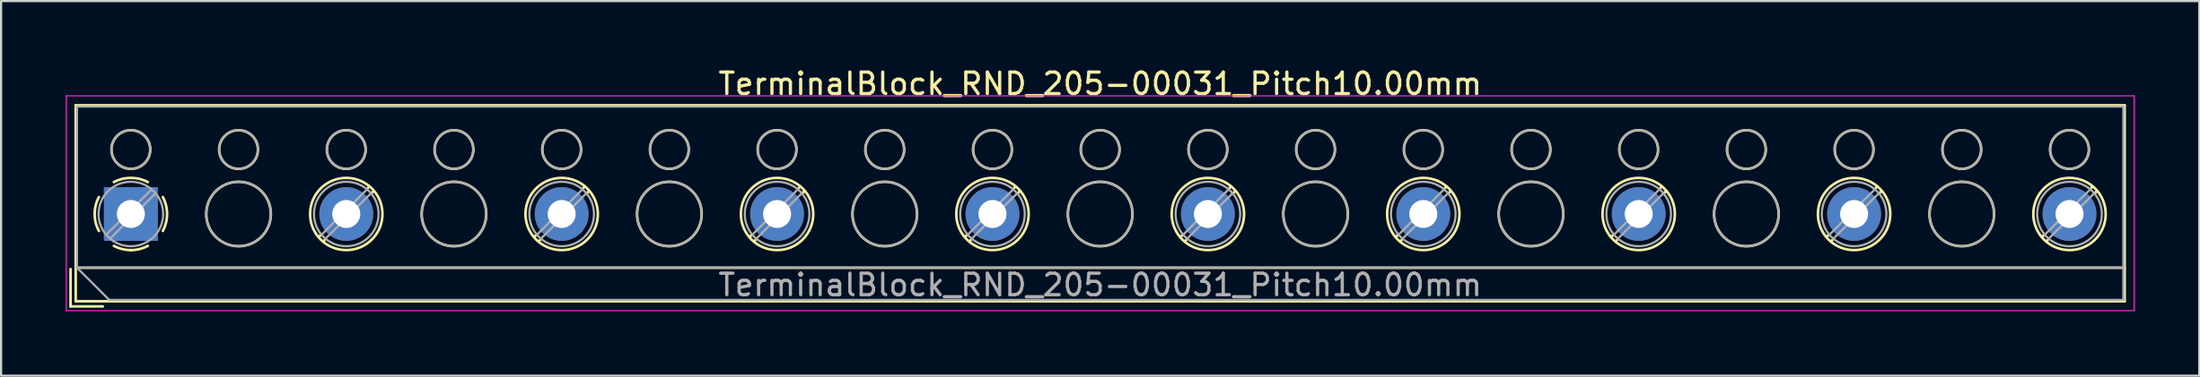
<source format=kicad_pcb>
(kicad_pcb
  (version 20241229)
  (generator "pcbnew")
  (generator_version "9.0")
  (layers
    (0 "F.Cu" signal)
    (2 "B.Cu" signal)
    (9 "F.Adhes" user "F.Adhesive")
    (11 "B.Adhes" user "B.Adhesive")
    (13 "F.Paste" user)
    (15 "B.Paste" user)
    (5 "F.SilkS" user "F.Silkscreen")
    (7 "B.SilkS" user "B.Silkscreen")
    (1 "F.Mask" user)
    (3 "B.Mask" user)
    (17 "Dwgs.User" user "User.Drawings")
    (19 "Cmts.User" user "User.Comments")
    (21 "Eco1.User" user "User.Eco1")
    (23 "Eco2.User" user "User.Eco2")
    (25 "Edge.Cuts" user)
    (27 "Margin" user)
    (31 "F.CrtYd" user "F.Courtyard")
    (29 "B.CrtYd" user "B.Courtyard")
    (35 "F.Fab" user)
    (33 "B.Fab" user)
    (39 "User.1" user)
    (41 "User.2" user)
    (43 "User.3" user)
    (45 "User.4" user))
  (footprint "TerminalBlock_RND_205-00031_Pitch10.00mm"
    (layer "F.Cu")
    (at 3.025 6.908)
    (property "Reference" "TerminalBlock_RND_205-00031_Pitch10.00mm" (at 45 -6.06 0) (layer "F.SilkS") (effects (font (size 1 1) (thickness 0.15))))
    (attr through_hole)
    (fp_line (start -2.8 2.56) (end -2.8 4.3) (stroke (width 0.12) (type solid)) (layer "F.SilkS"))
    (fp_line (start -2.8 4.3) (end -1.3 4.3) (stroke (width 0.12) (type solid)) (layer "F.SilkS"))
    (fp_line (start -2.56 -5.06) (end -2.56 4.06) (stroke (width 0.12) (type solid)) (layer "F.SilkS"))
    (fp_line (start -2.56 2.5) (end 92.56 2.5) (stroke (width 0.12) (type solid)) (layer "F.SilkS"))
    (fp_line (start -2.56 4.06) (end 92.56 4.06) (stroke (width 0.12) (type solid)) (layer "F.SilkS"))
    (fp_line (start 8.82 0.976) (end 8.726 1.069) (stroke (width 0.12) (type solid)) (layer "F.SilkS"))
    (fp_line (start 8.99 1.216) (end 8.931 1.274) (stroke (width 0.12) (type solid)) (layer "F.SilkS"))
    (fp_line (start 11.07 -1.275) (end 11.011 -1.216) (stroke (width 0.12) (type solid)) (layer "F.SilkS"))
    (fp_line (start 11.275 -1.069) (end 11.181 -0.976) (stroke (width 0.12) (type solid)) (layer "F.SilkS"))
    (fp_line (start 18.82 0.976) (end 18.726 1.069) (stroke (width 0.12) (type solid)) (layer "F.SilkS"))
    (fp_line (start 18.99 1.216) (end 18.931 1.274) (stroke (width 0.12) (type solid)) (layer "F.SilkS"))
    (fp_line (start 21.07 -1.275) (end 21.011 -1.216) (stroke (width 0.12) (type solid)) (layer "F.SilkS"))
    (fp_line (start 21.275 -1.069) (end 21.181 -0.976) (stroke (width 0.12) (type solid)) (layer "F.SilkS"))
    (fp_line (start 28.82 0.976) (end 28.726 1.069) (stroke (width 0.12) (type solid)) (layer "F.SilkS"))
    (fp_line (start 28.99 1.216) (end 28.931 1.274) (stroke (width 0.12) (type solid)) (layer "F.SilkS"))
    (fp_line (start 31.07 -1.275) (end 31.011 -1.216) (stroke (width 0.12) (type solid)) (layer "F.SilkS"))
    (fp_line (start 31.275 -1.069) (end 31.181 -0.976) (stroke (width 0.12) (type solid)) (layer "F.SilkS"))
    (fp_line (start 38.82 0.976) (end 38.726 1.069) (stroke (width 0.12) (type solid)) (layer "F.SilkS"))
    (fp_line (start 38.99 1.216) (end 38.931 1.274) (stroke (width 0.12) (type solid)) (layer "F.SilkS"))
    (fp_line (start 41.07 -1.275) (end 41.011 -1.216) (stroke (width 0.12) (type solid)) (layer "F.SilkS"))
    (fp_line (start 41.275 -1.069) (end 41.181 -0.976) (stroke (width 0.12) (type solid)) (layer "F.SilkS"))
    (fp_line (start 48.82 0.976) (end 48.726 1.069) (stroke (width 0.12) (type solid)) (layer "F.SilkS"))
    (fp_line (start 48.99 1.216) (end 48.931 1.274) (stroke (width 0.12) (type solid)) (layer "F.SilkS"))
    (fp_line (start 51.07 -1.275) (end 51.011 -1.216) (stroke (width 0.12) (type solid)) (layer "F.SilkS"))
    (fp_line (start 51.275 -1.069) (end 51.181 -0.976) (stroke (width 0.12) (type solid)) (layer "F.SilkS"))
    (fp_line (start 58.82 0.976) (end 58.726 1.069) (stroke (width 0.12) (type solid)) (layer "F.SilkS"))
    (fp_line (start 58.99 1.216) (end 58.931 1.274) (stroke (width 0.12) (type solid)) (layer "F.SilkS"))
    (fp_line (start 61.07 -1.275) (end 61.011 -1.216) (stroke (width 0.12) (type solid)) (layer "F.SilkS"))
    (fp_line (start 61.275 -1.069) (end 61.181 -0.976) (stroke (width 0.12) (type solid)) (layer "F.SilkS"))
    (fp_line (start 68.82 0.976) (end 68.726 1.069) (stroke (width 0.12) (type solid)) (layer "F.SilkS"))
    (fp_line (start 68.99 1.216) (end 68.931 1.274) (stroke (width 0.12) (type solid)) (layer "F.SilkS"))
    (fp_line (start 71.07 -1.275) (end 71.011 -1.216) (stroke (width 0.12) (type solid)) (layer "F.SilkS"))
    (fp_line (start 71.275 -1.069) (end 71.181 -0.976) (stroke (width 0.12) (type solid)) (layer "F.SilkS"))
    (fp_line (start 78.82 0.976) (end 78.726 1.069) (stroke (width 0.12) (type solid)) (layer "F.SilkS"))
    (fp_line (start 78.99 1.216) (end 78.931 1.274) (stroke (width 0.12) (type solid)) (layer "F.SilkS"))
    (fp_line (start 81.07 -1.275) (end 81.011 -1.216) (stroke (width 0.12) (type solid)) (layer "F.SilkS"))
    (fp_line (start 81.275 -1.069) (end 81.181 -0.976) (stroke (width 0.12) (type solid)) (layer "F.SilkS"))
    (fp_line (start 88.82 0.976) (end 88.726 1.069) (stroke (width 0.12) (type solid)) (layer "F.SilkS"))
    (fp_line (start 88.99 1.216) (end 88.931 1.274) (stroke (width 0.12) (type solid)) (layer "F.SilkS"))
    (fp_line (start 91.07 -1.275) (end 91.011 -1.216) (stroke (width 0.12) (type solid)) (layer "F.SilkS"))
    (fp_line (start 91.275 -1.069) (end 91.181 -0.976) (stroke (width 0.12) (type solid)) (layer "F.SilkS"))
    (fp_line (start 92.56 -5.06) (end -2.56 -5.06) (stroke (width 0.12) (type solid)) (layer "F.SilkS"))
    (fp_line (start 92.56 4.06) (end 92.56 -5.06) (stroke (width 0.12) (type solid)) (layer "F.SilkS"))
    (fp_arc (start -1.483953 0.789089) (mid -1.680708 0.00005) (end -1.484 -0.789) (stroke (width 0.12) (type solid)) (layer "F.SilkS"))
    (fp_arc (start -0.789089 -1.483953) (mid -0.00005 -1.680708) (end 0.789 -1.484) (stroke (width 0.12) (type solid)) (layer "F.SilkS"))
    (fp_arc (start 0.029383 1.68045) (mid -0.392304 1.634281) (end -0.789 1.484) (stroke (width 0.12) (type solid)) (layer "F.SilkS"))
    (fp_arc (start 0.788712 1.483352) (mid 0.406429 1.630097) (end 0 1.68) (stroke (width 0.12) (type solid)) (layer "F.SilkS"))
    (fp_arc (start 1.483953 -0.789089) (mid 1.680708 -0.00005) (end 1.484 0.789) (stroke (width 0.12) (type solid)) (layer "F.SilkS"))
    (fp_circle (center 0 -3) (end 0.9 -3) (stroke (width 0.12) (type solid)) (fill no) (layer "F.SilkS"))
    (fp_circle (center 5 -3) (end 5.9 -3) (stroke (width 0.12) (type solid)) (fill no) (layer "F.SilkS"))
    (fp_circle (center 5 0) (end 6.5 0) (stroke (width 0.12) (type solid)) (fill no) (layer "F.SilkS"))
    (fp_circle (center 10 -3) (end 10.9 -3) (stroke (width 0.12) (type solid)) (fill no) (layer "F.SilkS"))
    (fp_circle (center 10 0) (end 11.68 0) (stroke (width 0.12) (type solid)) (fill no) (layer "F.SilkS"))
    (fp_circle (center 15 -3) (end 15.9 -3) (stroke (width 0.12) (type solid)) (fill no) (layer "F.SilkS"))
    (fp_circle (center 15 0) (end 16.5 0) (stroke (width 0.12) (type solid)) (fill no) (layer "F.SilkS"))
    (fp_circle (center 20 -3) (end 20.9 -3) (stroke (width 0.12) (type solid)) (fill no) (layer "F.SilkS"))
    (fp_circle (center 20 0) (end 21.68 0) (stroke (width 0.12) (type solid)) (fill no) (layer "F.SilkS"))
    (fp_circle (center 25 -3) (end 25.9 -3) (stroke (width 0.12) (type solid)) (fill no) (layer "F.SilkS"))
    (fp_circle (center 25 0) (end 26.5 0) (stroke (width 0.12) (type solid)) (fill no) (layer "F.SilkS"))
    (fp_circle (center 30 -3) (end 30.9 -3) (stroke (width 0.12) (type solid)) (fill no) (layer "F.SilkS"))
    (fp_circle (center 30 0) (end 31.68 0) (stroke (width 0.12) (type solid)) (fill no) (layer "F.SilkS"))
    (fp_circle (center 35 -3) (end 35.9 -3) (stroke (width 0.12) (type solid)) (fill no) (layer "F.SilkS"))
    (fp_circle (center 35 0) (end 36.5 0) (stroke (width 0.12) (type solid)) (fill no) (layer "F.SilkS"))
    (fp_circle (center 40 -3) (end 40.9 -3) (stroke (width 0.12) (type solid)) (fill no) (layer "F.SilkS"))
    (fp_circle (center 40 0) (end 41.68 0) (stroke (width 0.12) (type solid)) (fill no) (layer "F.SilkS"))
    (fp_circle (center 45 -3) (end 45.9 -3) (stroke (width 0.12) (type solid)) (fill no) (layer "F.SilkS"))
    (fp_circle (center 45 0) (end 46.5 0) (stroke (width 0.12) (type solid)) (fill no) (layer "F.SilkS"))
    (fp_circle (center 50 -3) (end 50.9 -3) (stroke (width 0.12) (type solid)) (fill no) (layer "F.SilkS"))
    (fp_circle (center 50 0) (end 51.68 0) (stroke (width 0.12) (type solid)) (fill no) (layer "F.SilkS"))
    (fp_circle (center 55 -3) (end 55.9 -3) (stroke (width 0.12) (type solid)) (fill no) (layer "F.SilkS"))
    (fp_circle (center 55 0) (end 56.5 0) (stroke (width 0.12) (type solid)) (fill no) (layer "F.SilkS"))
    (fp_circle (center 60 -3) (end 60.9 -3) (stroke (width 0.12) (type solid)) (fill no) (layer "F.SilkS"))
    (fp_circle (center 60 0) (end 61.68 0) (stroke (width 0.12) (type solid)) (fill no) (layer "F.SilkS"))
    (fp_circle (center 65 -3) (end 65.9 -3) (stroke (width 0.12) (type solid)) (fill no) (layer "F.SilkS"))
    (fp_circle (center 65 0) (end 66.5 0) (stroke (width 0.12) (type solid)) (fill no) (layer "F.SilkS"))
    (fp_circle (center 70 -3) (end 70.9 -3) (stroke (width 0.12) (type solid)) (fill no) (layer "F.SilkS"))
    (fp_circle (center 70 0) (end 71.68 0) (stroke (width 0.12) (type solid)) (fill no) (layer "F.SilkS"))
    (fp_circle (center 75 -3) (end 75.9 -3) (stroke (width 0.12) (type solid)) (fill no) (layer "F.SilkS"))
    (fp_circle (center 75 0) (end 76.5 0) (stroke (width 0.12) (type solid)) (fill no) (layer "F.SilkS"))
    (fp_circle (center 80 -3) (end 80.9 -3) (stroke (width 0.12) (type solid)) (fill no) (layer "F.SilkS"))
    (fp_circle (center 80 0) (end 81.68 0) (stroke (width 0.12) (type solid)) (fill no) (layer "F.SilkS"))
    (fp_circle (center 85 -3) (end 85.9 -3) (stroke (width 0.12) (type solid)) (fill no) (layer "F.SilkS"))
    (fp_circle (center 85 0) (end 86.5 0) (stroke (width 0.12) (type solid)) (fill no) (layer "F.SilkS"))
    (fp_circle (center 90 -3) (end 90.9 -3) (stroke (width 0.12) (type solid)) (fill no) (layer "F.SilkS"))
    (fp_circle (center 90 0) (end 91.68 0) (stroke (width 0.12) (type solid)) (fill no) (layer "F.SilkS"))
    (fp_line (start -3 -5.5) (end -3 4.5) (stroke (width 0.05) (type solid)) (layer "F.CrtYd"))
    (fp_line (start -3 4.5) (end 93 4.5) (stroke (width 0.05) (type solid)) (layer "F.CrtYd"))
    (fp_line (start 93 -5.5) (end -3 -5.5) (stroke (width 0.05) (type solid)) (layer "F.CrtYd"))
    (fp_line (start 93 4.5) (end 93 -5.5) (stroke (width 0.05) (type solid)) (layer "F.CrtYd"))
    (fp_line (start -2.5 -5) (end 92.5 -5) (stroke (width 0.1) (type solid)) (layer "F.Fab"))
    (fp_line (start -2.5 2.5) (end -2.5 -5) (stroke (width 0.1) (type solid)) (layer "F.Fab"))
    (fp_line (start -2.5 2.5) (end 92.5 2.5) (stroke (width 0.1) (type solid)) (layer "F.Fab"))
    (fp_line (start -1 4) (end -2.5 2.5) (stroke (width 0.1) (type solid)) (layer "F.Fab"))
    (fp_line (start 0.955 -1.138) (end -1.138 0.955) (stroke (width 0.1) (type solid)) (layer "F.Fab"))
    (fp_line (start 1.138 -0.955) (end -0.955 1.138) (stroke (width 0.1) (type solid)) (layer "F.Fab"))
    (fp_line (start 10.955 -1.138) (end 8.863 0.955) (stroke (width 0.1) (type solid)) (layer "F.Fab"))
    (fp_line (start 11.138 -0.955) (end 9.046 1.138) (stroke (width 0.1) (type solid)) (layer "F.Fab"))
    (fp_line (start 20.955 -1.138) (end 18.863 0.955) (stroke (width 0.1) (type solid)) (layer "F.Fab"))
    (fp_line (start 21.138 -0.955) (end 19.046 1.138) (stroke (width 0.1) (type solid)) (layer "F.Fab"))
    (fp_line (start 30.955 -1.138) (end 28.863 0.955) (stroke (width 0.1) (type solid)) (layer "F.Fab"))
    (fp_line (start 31.138 -0.955) (end 29.046 1.138) (stroke (width 0.1) (type solid)) (layer "F.Fab"))
    (fp_line (start 40.955 -1.138) (end 38.863 0.955) (stroke (width 0.1) (type solid)) (layer "F.Fab"))
    (fp_line (start 41.138 -0.955) (end 39.046 1.138) (stroke (width 0.1) (type solid)) (layer "F.Fab"))
    (fp_line (start 50.955 -1.138) (end 48.863 0.955) (stroke (width 0.1) (type solid)) (layer "F.Fab"))
    (fp_line (start 51.138 -0.955) (end 49.046 1.138) (stroke (width 0.1) (type solid)) (layer "F.Fab"))
    (fp_line (start 60.955 -1.138) (end 58.863 0.955) (stroke (width 0.1) (type solid)) (layer "F.Fab"))
    (fp_line (start 61.138 -0.955) (end 59.046 1.138) (stroke (width 0.1) (type solid)) (layer "F.Fab"))
    (fp_line (start 70.955 -1.138) (end 68.863 0.955) (stroke (width 0.1) (type solid)) (layer "F.Fab"))
    (fp_line (start 71.138 -0.955) (end 69.046 1.138) (stroke (width 0.1) (type solid)) (layer "F.Fab"))
    (fp_line (start 80.955 -1.138) (end 78.863 0.955) (stroke (width 0.1) (type solid)) (layer "F.Fab"))
    (fp_line (start 81.138 -0.955) (end 79.046 1.138) (stroke (width 0.1) (type solid)) (layer "F.Fab"))
    (fp_line (start 90.955 -1.138) (end 88.863 0.955) (stroke (width 0.1) (type solid)) (layer "F.Fab"))
    (fp_line (start 91.138 -0.955) (end 89.046 1.138) (stroke (width 0.1) (type solid)) (layer "F.Fab"))
    (fp_line (start 92.5 -5) (end 92.5 4) (stroke (width 0.1) (type solid)) (layer "F.Fab"))
    (fp_line (start 92.5 4) (end -1 4) (stroke (width 0.1) (type solid)) (layer "F.Fab"))
    (fp_circle (center 0 -3) (end 0.9 -3) (stroke (width 0.1) (type solid)) (fill no) (layer "F.Fab"))
    (fp_circle (center 0 0) (end 1.5 0) (stroke (width 0.1) (type solid)) (fill no) (layer "F.Fab"))
    (fp_circle (center 5 -3) (end 5.9 -3) (stroke (width 0.1) (type solid)) (fill no) (layer "F.Fab"))
    (fp_circle (center 5 0) (end 6.5 0) (stroke (width 0.1) (type solid)) (fill no) (layer "F.Fab"))
    (fp_circle (center 10 -3) (end 10.9 -3) (stroke (width 0.1) (type solid)) (fill no) (layer "F.Fab"))
    (fp_circle (center 10 0) (end 11.5 0) (stroke (width 0.1) (type solid)) (fill no) (layer "F.Fab"))
    (fp_circle (center 15 -3) (end 15.9 -3) (stroke (width 0.1) (type solid)) (fill no) (layer "F.Fab"))
    (fp_circle (center 15 0) (end 16.5 0) (stroke (width 0.1) (type solid)) (fill no) (layer "F.Fab"))
    (fp_circle (center 20 -3) (end 20.9 -3) (stroke (width 0.1) (type solid)) (fill no) (layer "F.Fab"))
    (fp_circle (center 20 0) (end 21.5 0) (stroke (width 0.1) (type solid)) (fill no) (layer "F.Fab"))
    (fp_circle (center 25 -3) (end 25.9 -3) (stroke (width 0.1) (type solid)) (fill no) (layer "F.Fab"))
    (fp_circle (center 25 0) (end 26.5 0) (stroke (width 0.1) (type solid)) (fill no) (layer "F.Fab"))
    (fp_circle (center 30 -3) (end 30.9 -3) (stroke (width 0.1) (type solid)) (fill no) (layer "F.Fab"))
    (fp_circle (center 30 0) (end 31.5 0) (stroke (width 0.1) (type solid)) (fill no) (layer "F.Fab"))
    (fp_circle (center 35 -3) (end 35.9 -3) (stroke (width 0.1) (type solid)) (fill no) (layer "F.Fab"))
    (fp_circle (center 35 0) (end 36.5 0) (stroke (width 0.1) (type solid)) (fill no) (layer "F.Fab"))
    (fp_circle (center 40 -3) (end 40.9 -3) (stroke (width 0.1) (type solid)) (fill no) (layer "F.Fab"))
    (fp_circle (center 40 0) (end 41.5 0) (stroke (width 0.1) (type solid)) (fill no) (layer "F.Fab"))
    (fp_circle (center 45 -3) (end 45.9 -3) (stroke (width 0.1) (type solid)) (fill no) (layer "F.Fab"))
    (fp_circle (center 45 0) (end 46.5 0) (stroke (width 0.1) (type solid)) (fill no) (layer "F.Fab"))
    (fp_circle (center 50 -3) (end 50.9 -3) (stroke (width 0.1) (type solid)) (fill no) (layer "F.Fab"))
    (fp_circle (center 50 0) (end 51.5 0) (stroke (width 0.1) (type solid)) (fill no) (layer "F.Fab"))
    (fp_circle (center 55 -3) (end 55.9 -3) (stroke (width 0.1) (type solid)) (fill no) (layer "F.Fab"))
    (fp_circle (center 55 0) (end 56.5 0) (stroke (width 0.1) (type solid)) (fill no) (layer "F.Fab"))
    (fp_circle (center 60 -3) (end 60.9 -3) (stroke (width 0.1) (type solid)) (fill no) (layer "F.Fab"))
    (fp_circle (center 60 0) (end 61.5 0) (stroke (width 0.1) (type solid)) (fill no) (layer "F.Fab"))
    (fp_circle (center 65 -3) (end 65.9 -3) (stroke (width 0.1) (type solid)) (fill no) (layer "F.Fab"))
    (fp_circle (center 65 0) (end 66.5 0) (stroke (width 0.1) (type solid)) (fill no) (layer "F.Fab"))
    (fp_circle (center 70 -3) (end 70.9 -3) (stroke (width 0.1) (type solid)) (fill no) (layer "F.Fab"))
    (fp_circle (center 70 0) (end 71.5 0) (stroke (width 0.1) (type solid)) (fill no) (layer "F.Fab"))
    (fp_circle (center 75 -3) (end 75.9 -3) (stroke (width 0.1) (type solid)) (fill no) (layer "F.Fab"))
    (fp_circle (center 75 0) (end 76.5 0) (stroke (width 0.1) (type solid)) (fill no) (layer "F.Fab"))
    (fp_circle (center 80 -3) (end 80.9 -3) (stroke (width 0.1) (type solid)) (fill no) (layer "F.Fab"))
    (fp_circle (center 80 0) (end 81.5 0) (stroke (width 0.1) (type solid)) (fill no) (layer "F.Fab"))
    (fp_circle (center 85 -3) (end 85.9 -3) (stroke (width 0.1) (type solid)) (fill no) (layer "F.Fab"))
    (fp_circle (center 85 0) (end 86.5 0) (stroke (width 0.1) (type solid)) (fill no) (layer "F.Fab"))
    (fp_circle (center 90 -3) (end 90.9 -3) (stroke (width 0.1) (type solid)) (fill no) (layer "F.Fab"))
    (fp_circle (center 90 0) (end 91.5 0) (stroke (width 0.1) (type solid)) (fill no) (layer "F.Fab"))
    (fp_text user "${REFERENCE}" (at 45 3.3 0) (layer "F.Fab") (effects (font (size 1 1) (thickness 0.15))))
    (pad "1" thru_hole rect (at 0 0) (size 2.5 2.5) (drill 1.3) (layers "*.Cu" "*.Mask"))
    (pad "2" thru_hole circle (at 10 0) (size 2.5 2.5) (drill 1.3) (layers "*.Cu" "*.Mask"))
    (pad "3" thru_hole circle (at 20 0) (size 2.5 2.5) (drill 1.3) (layers "*.Cu" "*.Mask"))
    (pad "4" thru_hole circle (at 30 0) (size 2.5 2.5) (drill 1.3) (layers "*.Cu" "*.Mask"))
    (pad "5" thru_hole circle (at 40 0) (size 2.5 2.5) (drill 1.3) (layers "*.Cu" "*.Mask"))
    (pad "6" thru_hole circle (at 50 0) (size 2.5 2.5) (drill 1.3) (layers "*.Cu" "*.Mask"))
    (pad "7" thru_hole circle (at 60 0) (size 2.5 2.5) (drill 1.3) (layers "*.Cu" "*.Mask"))
    (pad "8" thru_hole circle (at 70 0) (size 2.5 2.5) (drill 1.3) (layers "*.Cu" "*.Mask"))
    (pad "9" thru_hole circle (at 80 0) (size 2.5 2.5) (drill 1.3) (layers "*.Cu" "*.Mask"))
    (pad "10" thru_hole circle (at 90 0) (size 2.5 2.5) (drill 1.3) (layers "*.Cu" "*.Mask")))
  (gr_rect
    (start -3 -3)
    (end 99.05 14.433)
    (stroke (width 0.1) (type default))
    (fill no)
    (layer "Edge.Cuts")))
</source>
